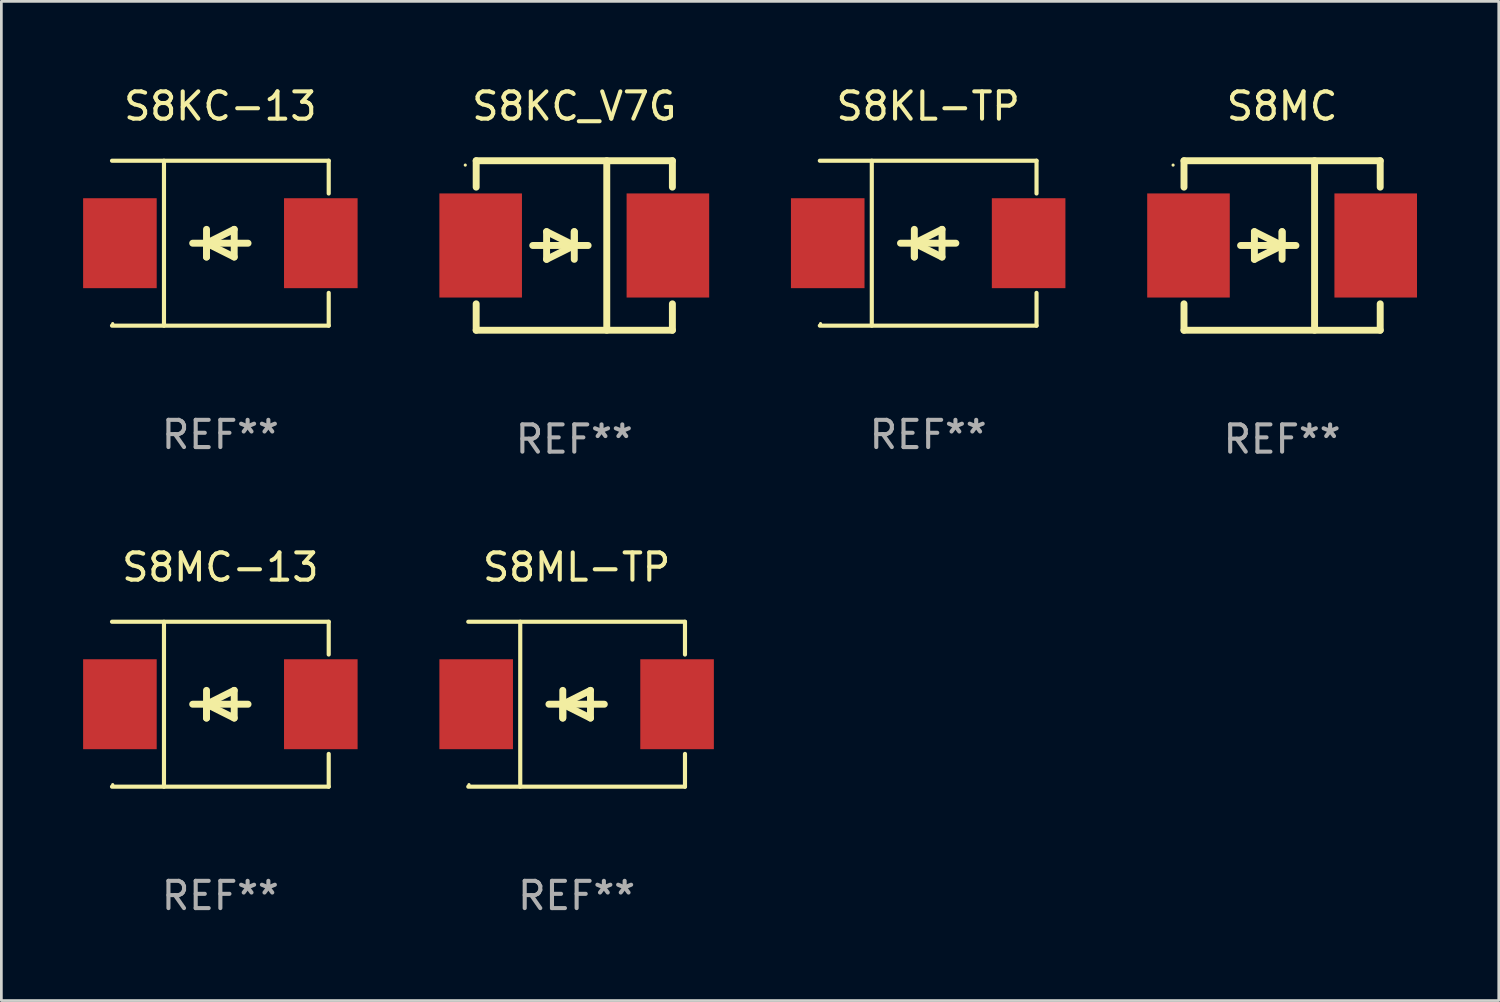
<source format=kicad_pcb>
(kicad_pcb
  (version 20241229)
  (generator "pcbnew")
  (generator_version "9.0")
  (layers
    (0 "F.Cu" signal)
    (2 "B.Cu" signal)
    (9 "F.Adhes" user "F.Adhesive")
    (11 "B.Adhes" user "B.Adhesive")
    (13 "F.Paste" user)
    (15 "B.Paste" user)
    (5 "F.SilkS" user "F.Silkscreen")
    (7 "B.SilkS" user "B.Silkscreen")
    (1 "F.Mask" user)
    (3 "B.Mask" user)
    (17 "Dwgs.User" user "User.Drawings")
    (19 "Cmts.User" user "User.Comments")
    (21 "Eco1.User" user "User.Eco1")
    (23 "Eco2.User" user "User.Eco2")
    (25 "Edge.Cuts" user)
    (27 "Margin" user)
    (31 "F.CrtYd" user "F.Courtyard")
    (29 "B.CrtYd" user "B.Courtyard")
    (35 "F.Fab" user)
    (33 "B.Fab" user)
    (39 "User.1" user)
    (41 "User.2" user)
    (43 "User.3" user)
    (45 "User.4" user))
  (footprint "S8MC"
    (layer "F.Cu")
    (at 43.996 5.958)
    (property "Reference" "S8MC" (at 0 -5.11 0) (layer "F.SilkS") (effects (font (size 1 1) (thickness 0.15))))
    (attr through_hole)
    (fp_line (start -3.6 -2.141) (end -3.6 -3.11) (stroke (width 0.254) (type solid)) (layer "F.SilkS"))
    (fp_line (start -3.6 3.11) (end -3.6 2.141) (stroke (width 0.254) (type solid)) (layer "F.SilkS"))
    (fp_line (start -1.524 0) (end 0.508 0) (stroke (width 0.254) (type solid)) (layer "F.SilkS"))
    (fp_line (start -1.016 -0.508) (end -1.016 0.508) (stroke (width 0.254) (type solid)) (layer "F.SilkS"))
    (fp_line (start -1.016 0.508) (end 0 0) (stroke (width 0.254) (type solid)) (layer "F.SilkS"))
    (fp_line (start 0 -0.508) (end 0 0.508) (stroke (width 0.254) (type solid)) (layer "F.SilkS"))
    (fp_line (start 0 0) (end -1.016 -0.508) (stroke (width 0.254) (type solid)) (layer "F.SilkS"))
    (fp_line (start 0 0) (end 0 -0.508) (stroke (width 0.254) (type solid)) (layer "F.SilkS"))
    (fp_line (start 1.192 3.11) (end 1.192 -3.11) (stroke (width 0.254) (type solid)) (layer "F.SilkS"))
    (fp_line (start 3.6 -3.11) (end -3.6 -3.11) (stroke (width 0.254) (type solid)) (layer "F.SilkS"))
    (fp_line (start 3.6 -2.141) (end 3.6 -3.11) (stroke (width 0.254) (type solid)) (layer "F.SilkS"))
    (fp_line (start 3.6 3.11) (end -3.6 3.11) (stroke (width 0.254) (type solid)) (layer "F.SilkS"))
    (fp_line (start 3.6 3.11) (end 3.6 2.141) (stroke (width 0.254) (type solid)) (layer "F.SilkS"))
    (fp_circle (center -4 -2.95) (end -3.97 -2.95) (stroke (width 0.06) (type solid)) (fill no) (layer "F.SilkS"))
    (fp_text user "REF**" (at 0 7.11 0) (layer "F.Fab") (effects (font (size 1 1) (thickness 0.15))))
    (pad "1" smd rect (at -3.435 0) (size 3.03 3.82) (layers "F.Cu" "F.Mask" "F.Paste"))
    (pad "2" smd rect (at 3.435 0) (size 3.03 3.82) (layers "F.Cu" "F.Mask" "F.Paste")))
  (footprint "S8ML-TP"
    (layer "F.Cu")
    (at 18.109 22.791)
    (property "Reference" "S8ML-TP" (at 0 -5.026 0) (layer "F.SilkS") (effects (font (size 1 1) (thickness 0.15))))
    (attr through_hole)
    (fp_line (start -3.976 -3.026) (end 3.976 -3.026) (stroke (width 0.152) (type solid)) (layer "F.SilkS"))
    (fp_line (start -3.976 3.026) (end 3.976 3.026) (stroke (width 0.152) (type solid)) (layer "F.SilkS"))
    (fp_line (start -2.069 -3.026) (end -2.069 3.026) (stroke (width 0.152) (type solid)) (layer "F.SilkS"))
    (fp_line (start -0.508 0) (end -0.508 0.508) (stroke (width 0.254) (type solid)) (layer "F.SilkS"))
    (fp_line (start -0.508 0) (end 0.508 0.508) (stroke (width 0.254) (type solid)) (layer "F.SilkS"))
    (fp_line (start -0.508 0.508) (end -0.508 -0.508) (stroke (width 0.254) (type solid)) (layer "F.SilkS"))
    (fp_line (start 0.508 -0.508) (end -0.508 0) (stroke (width 0.254) (type solid)) (layer "F.SilkS"))
    (fp_line (start 0.508 0.508) (end 0.508 -0.508) (stroke (width 0.254) (type solid)) (layer "F.SilkS"))
    (fp_line (start 1.016 0) (end -1.016 0) (stroke (width 0.254) (type solid)) (layer "F.SilkS"))
    (fp_line (start 3.976 -3.026) (end 3.976 -1.823) (stroke (width 0.152) (type solid)) (layer "F.SilkS"))
    (fp_line (start 3.976 3.026) (end 3.976 1.823) (stroke (width 0.152) (type solid)) (layer "F.SilkS"))
    (fp_circle (center -3.95 2.95) (end -3.92 2.95) (stroke (width 0.06) (type solid)) (fill no) (layer "F.SilkS"))
    (fp_text user "REF**" (at 0 7.026 0) (layer "F.Fab") (effects (font (size 1 1) (thickness 0.15))))
    (pad "1" smd rect (at -3.686 0) (size 2.7 3.3) (layers "F.Cu" "F.Mask" "F.Paste"))
    (pad "2" smd rect (at 3.686 0) (size 2.7 3.3) (layers "F.Cu" "F.Mask" "F.Paste")))
  (footprint "S8KC-13"
    (layer "F.Cu")
    (at 5.036 5.874)
    (property "Reference" "S8KC-13" (at 0 -5.026 0) (layer "F.SilkS") (effects (font (size 1 1) (thickness 0.15))))
    (attr through_hole)
    (fp_line (start -3.976 -3.026) (end 3.976 -3.026) (stroke (width 0.152) (type solid)) (layer "F.SilkS"))
    (fp_line (start -3.976 3.026) (end 3.976 3.026) (stroke (width 0.152) (type solid)) (layer "F.SilkS"))
    (fp_line (start -2.069 -3.026) (end -2.069 3.026) (stroke (width 0.152) (type solid)) (layer "F.SilkS"))
    (fp_line (start -0.508 0) (end -0.508 0.508) (stroke (width 0.254) (type solid)) (layer "F.SilkS"))
    (fp_line (start -0.508 0) (end 0.508 0.508) (stroke (width 0.254) (type solid)) (layer "F.SilkS"))
    (fp_line (start -0.508 0.508) (end -0.508 -0.508) (stroke (width 0.254) (type solid)) (layer "F.SilkS"))
    (fp_line (start 0.508 -0.508) (end -0.508 0) (stroke (width 0.254) (type solid)) (layer "F.SilkS"))
    (fp_line (start 0.508 0.508) (end 0.508 -0.508) (stroke (width 0.254) (type solid)) (layer "F.SilkS"))
    (fp_line (start 1.016 0) (end -1.016 0) (stroke (width 0.254) (type solid)) (layer "F.SilkS"))
    (fp_line (start 3.976 -3.026) (end 3.976 -1.823) (stroke (width 0.152) (type solid)) (layer "F.SilkS"))
    (fp_line (start 3.976 3.026) (end 3.976 1.823) (stroke (width 0.152) (type solid)) (layer "F.SilkS"))
    (fp_circle (center -3.95 2.95) (end -3.92 2.95) (stroke (width 0.06) (type solid)) (fill no) (layer "F.SilkS"))
    (fp_text user "REF**" (at 0 7.026 0) (layer "F.Fab") (effects (font (size 1 1) (thickness 0.15))))
    (pad "1" smd rect (at -3.686 0) (size 2.7 3.3) (layers "F.Cu" "F.Mask" "F.Paste"))
    (pad "2" smd rect (at 3.686 0) (size 2.7 3.3) (layers "F.Cu" "F.Mask" "F.Paste")))
  (footprint "S8KL-TP"
    (layer "F.Cu")
    (at 31.009 5.874)
    (property "Reference" "S8KL-TP" (at 0 -5.026 0) (layer "F.SilkS") (effects (font (size 1 1) (thickness 0.15))))
    (attr through_hole)
    (fp_line (start -3.976 -3.026) (end 3.976 -3.026) (stroke (width 0.152) (type solid)) (layer "F.SilkS"))
    (fp_line (start -3.976 3.026) (end 3.976 3.026) (stroke (width 0.152) (type solid)) (layer "F.SilkS"))
    (fp_line (start -2.069 -3.026) (end -2.069 3.026) (stroke (width 0.152) (type solid)) (layer "F.SilkS"))
    (fp_line (start -0.508 0) (end -0.508 0.508) (stroke (width 0.254) (type solid)) (layer "F.SilkS"))
    (fp_line (start -0.508 0) (end 0.508 0.508) (stroke (width 0.254) (type solid)) (layer "F.SilkS"))
    (fp_line (start -0.508 0.508) (end -0.508 -0.508) (stroke (width 0.254) (type solid)) (layer "F.SilkS"))
    (fp_line (start 0.508 -0.508) (end -0.508 0) (stroke (width 0.254) (type solid)) (layer "F.SilkS"))
    (fp_line (start 0.508 0.508) (end 0.508 -0.508) (stroke (width 0.254) (type solid)) (layer "F.SilkS"))
    (fp_line (start 1.016 0) (end -1.016 0) (stroke (width 0.254) (type solid)) (layer "F.SilkS"))
    (fp_line (start 3.976 -3.026) (end 3.976 -1.823) (stroke (width 0.152) (type solid)) (layer "F.SilkS"))
    (fp_line (start 3.976 3.026) (end 3.976 1.823) (stroke (width 0.152) (type solid)) (layer "F.SilkS"))
    (fp_circle (center -3.95 2.95) (end -3.92 2.95) (stroke (width 0.06) (type solid)) (fill no) (layer "F.SilkS"))
    (fp_text user "REF**" (at 0 7.026 0) (layer "F.Fab") (effects (font (size 1 1) (thickness 0.15))))
    (pad "1" smd rect (at -3.686 0) (size 2.7 3.3) (layers "F.Cu" "F.Mask" "F.Paste"))
    (pad "2" smd rect (at 3.686 0) (size 2.7 3.3) (layers "F.Cu" "F.Mask" "F.Paste")))
  (footprint "S8MC-13"
    (layer "F.Cu")
    (at 5.036 22.791)
    (property "Reference" "S8MC-13" (at 0 -5.026 0) (layer "F.SilkS") (effects (font (size 1 1) (thickness 0.15))))
    (attr through_hole)
    (fp_line (start -3.976 -3.026) (end 3.976 -3.026) (stroke (width 0.152) (type solid)) (layer "F.SilkS"))
    (fp_line (start -3.976 3.026) (end 3.976 3.026) (stroke (width 0.152) (type solid)) (layer "F.SilkS"))
    (fp_line (start -2.069 -3.026) (end -2.069 3.026) (stroke (width 0.152) (type solid)) (layer "F.SilkS"))
    (fp_line (start -0.508 0) (end -0.508 0.508) (stroke (width 0.254) (type solid)) (layer "F.SilkS"))
    (fp_line (start -0.508 0) (end 0.508 0.508) (stroke (width 0.254) (type solid)) (layer "F.SilkS"))
    (fp_line (start -0.508 0.508) (end -0.508 -0.508) (stroke (width 0.254) (type solid)) (layer "F.SilkS"))
    (fp_line (start 0.508 -0.508) (end -0.508 0) (stroke (width 0.254) (type solid)) (layer "F.SilkS"))
    (fp_line (start 0.508 0.508) (end 0.508 -0.508) (stroke (width 0.254) (type solid)) (layer "F.SilkS"))
    (fp_line (start 1.016 0) (end -1.016 0) (stroke (width 0.254) (type solid)) (layer "F.SilkS"))
    (fp_line (start 3.976 -3.026) (end 3.976 -1.823) (stroke (width 0.152) (type solid)) (layer "F.SilkS"))
    (fp_line (start 3.976 3.026) (end 3.976 1.823) (stroke (width 0.152) (type solid)) (layer "F.SilkS"))
    (fp_circle (center -3.95 2.95) (end -3.92 2.95) (stroke (width 0.06) (type solid)) (fill no) (layer "F.SilkS"))
    (fp_text user "REF**" (at 0 7.026 0) (layer "F.Fab") (effects (font (size 1 1) (thickness 0.15))))
    (pad "1" smd rect (at -3.686 0) (size 2.7 3.3) (layers "F.Cu" "F.Mask" "F.Paste"))
    (pad "2" smd rect (at 3.686 0) (size 2.7 3.3) (layers "F.Cu" "F.Mask" "F.Paste")))
  (footprint "S8KC_V7G"
    (layer "F.Cu")
    (at 18.023 5.958)
    (property "Reference" "S8KC_V7G" (at 0 -5.11 0) (layer "F.SilkS") (effects (font (size 1 1) (thickness 0.15))))
    (attr through_hole)
    (fp_line (start -3.6 -2.141) (end -3.6 -3.11) (stroke (width 0.254) (type solid)) (layer "F.SilkS"))
    (fp_line (start -3.6 3.11) (end -3.6 2.141) (stroke (width 0.254) (type solid)) (layer "F.SilkS"))
    (fp_line (start -1.524 0) (end 0.508 0) (stroke (width 0.254) (type solid)) (layer "F.SilkS"))
    (fp_line (start -1.016 -0.508) (end -1.016 0.508) (stroke (width 0.254) (type solid)) (layer "F.SilkS"))
    (fp_line (start -1.016 0.508) (end 0 0) (stroke (width 0.254) (type solid)) (layer "F.SilkS"))
    (fp_line (start 0 -0.508) (end 0 0.508) (stroke (width 0.254) (type solid)) (layer "F.SilkS"))
    (fp_line (start 0 0) (end -1.016 -0.508) (stroke (width 0.254) (type solid)) (layer "F.SilkS"))
    (fp_line (start 0 0) (end 0 -0.508) (stroke (width 0.254) (type solid)) (layer "F.SilkS"))
    (fp_line (start 1.192 3.11) (end 1.192 -3.11) (stroke (width 0.254) (type solid)) (layer "F.SilkS"))
    (fp_line (start 3.6 -3.11) (end -3.6 -3.11) (stroke (width 0.254) (type solid)) (layer "F.SilkS"))
    (fp_line (start 3.6 -2.141) (end 3.6 -3.11) (stroke (width 0.254) (type solid)) (layer "F.SilkS"))
    (fp_line (start 3.6 3.11) (end -3.6 3.11) (stroke (width 0.254) (type solid)) (layer "F.SilkS"))
    (fp_line (start 3.6 3.11) (end 3.6 2.141) (stroke (width 0.254) (type solid)) (layer "F.SilkS"))
    (fp_circle (center -4 -2.95) (end -3.97 -2.95) (stroke (width 0.06) (type solid)) (fill no) (layer "F.SilkS"))
    (fp_text user "REF**" (at 0 7.11 0) (layer "F.Fab") (effects (font (size 1 1) (thickness 0.15))))
    (pad "1" smd rect (at -3.435 0) (size 3.03 3.82) (layers "F.Cu" "F.Mask" "F.Paste"))
    (pad "2" smd rect (at 3.435 0) (size 3.03 3.82) (layers "F.Cu" "F.Mask" "F.Paste")))
  (gr_rect
    (start -3 -3)
    (end 51.946 33.665)
    (stroke (width 0.1) (type default))
    (fill no)
    (layer "Edge.Cuts")))
</source>
